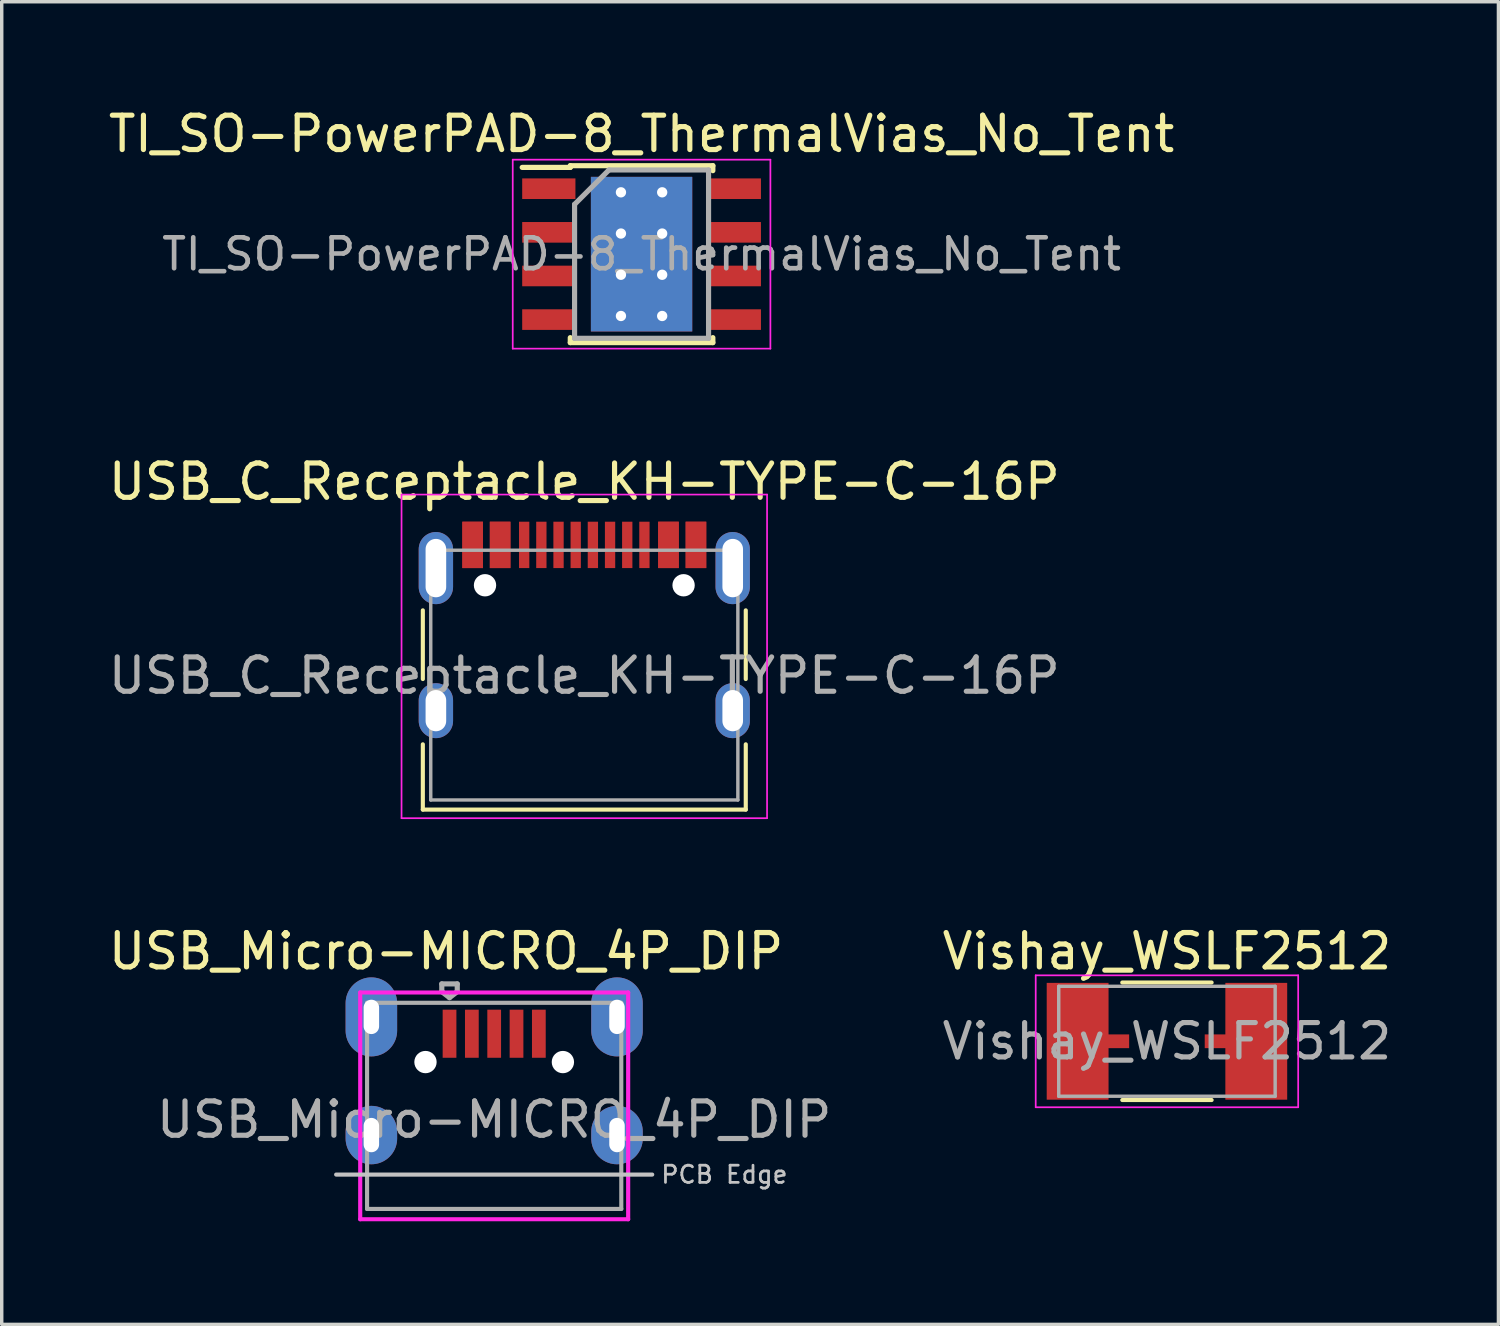
<source format=kicad_pcb>
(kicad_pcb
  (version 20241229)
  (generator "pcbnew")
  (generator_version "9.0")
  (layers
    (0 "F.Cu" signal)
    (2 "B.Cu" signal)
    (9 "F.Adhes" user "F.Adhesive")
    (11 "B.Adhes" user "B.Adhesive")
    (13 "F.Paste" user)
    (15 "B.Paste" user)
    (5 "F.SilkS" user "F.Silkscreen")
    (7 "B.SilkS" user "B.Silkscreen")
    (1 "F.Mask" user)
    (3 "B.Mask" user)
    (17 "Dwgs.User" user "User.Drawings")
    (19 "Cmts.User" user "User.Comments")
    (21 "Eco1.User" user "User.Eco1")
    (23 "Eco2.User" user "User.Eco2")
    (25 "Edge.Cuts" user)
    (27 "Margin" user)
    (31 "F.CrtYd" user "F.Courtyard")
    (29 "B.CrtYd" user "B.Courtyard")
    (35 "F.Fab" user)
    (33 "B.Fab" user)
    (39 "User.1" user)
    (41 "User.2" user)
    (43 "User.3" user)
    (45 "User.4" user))
  (footprint "TI_SO-PowerPAD-8_ThermalVias_No_Tent"
    (layer "F.Cu")
    (at 15.625 4.348)
    (property "Reference" "TI_SO-PowerPAD-8_ThermalVias_No_Tent" (at 0 -3.5 0) (layer "F.SilkS") (effects (font (size 1 1) (thickness 0.15))))
    (attr smd)
    (fp_line (start -2.075 -2.575) (end -2.075 -2.525) (stroke (width 0.15) (type solid)) (layer "F.SilkS"))
    (fp_line (start -2.075 -2.575) (end 2.075 -2.575) (stroke (width 0.15) (type solid)) (layer "F.SilkS"))
    (fp_line (start -2.075 -2.525) (end -3.475 -2.525) (stroke (width 0.15) (type solid)) (layer "F.SilkS"))
    (fp_line (start -2.075 2.575) (end -2.075 2.43) (stroke (width 0.15) (type solid)) (layer "F.SilkS"))
    (fp_line (start -2.075 2.575) (end 2.075 2.575) (stroke (width 0.15) (type solid)) (layer "F.SilkS"))
    (fp_line (start 2.075 -2.575) (end 2.075 -2.43) (stroke (width 0.15) (type solid)) (layer "F.SilkS"))
    (fp_line (start 2.075 2.575) (end 2.075 2.43) (stroke (width 0.15) (type solid)) (layer "F.SilkS"))
    (fp_line (start -3.75 -2.75) (end -3.75 2.75) (stroke (width 0.05) (type solid)) (layer "F.CrtYd"))
    (fp_line (start -3.75 -2.75) (end 3.75 -2.75) (stroke (width 0.05) (type solid)) (layer "F.CrtYd"))
    (fp_line (start -3.75 2.75) (end 3.75 2.75) (stroke (width 0.05) (type solid)) (layer "F.CrtYd"))
    (fp_line (start 3.75 -2.75) (end 3.75 2.75) (stroke (width 0.05) (type solid)) (layer "F.CrtYd"))
    (fp_line (start -1.95 -1.45) (end -0.95 -2.45) (stroke (width 0.15) (type solid)) (layer "F.Fab"))
    (fp_line (start -1.95 2.45) (end -1.95 -1.45) (stroke (width 0.15) (type solid)) (layer "F.Fab"))
    (fp_line (start -0.95 -2.45) (end 1.95 -2.45) (stroke (width 0.15) (type solid)) (layer "F.Fab"))
    (fp_line (start 1.95 -2.45) (end 1.95 2.45) (stroke (width 0.15) (type solid)) (layer "F.Fab"))
    (fp_line (start 1.95 2.45) (end -1.95 2.45) (stroke (width 0.15) (type solid)) (layer "F.Fab"))
    (fp_text user "${REFERENCE}" (at 0 0 0) (layer "F.Fab") (effects (font (size 0.9 0.9) (thickness 0.135))))
    (pad "1" smd rect (at -2.7 -1.905) (size 1.55 0.6) (layers "F.Cu" "F.Mask" "F.Paste"))
    (pad "2" smd rect (at -2.7 -0.635) (size 1.55 0.6) (layers "F.Cu" "F.Mask" "F.Paste"))
    (pad "3" smd rect (at -2.7 0.635) (size 1.55 0.6) (layers "F.Cu" "F.Mask" "F.Paste"))
    (pad "4" smd rect (at -2.7 1.905) (size 1.55 0.6) (layers "F.Cu" "F.Mask" "F.Paste"))
    (pad "5" smd rect (at 2.7 1.905) (size 1.55 0.6) (layers "F.Cu" "F.Mask" "F.Paste"))
    (pad "6" smd rect (at 2.7 0.635) (size 1.55 0.6) (layers "F.Cu" "F.Mask" "F.Paste"))
    (pad "7" smd rect (at 2.7 -0.635) (size 1.55 0.6) (layers "F.Cu" "F.Mask" "F.Paste"))
    (pad "8" smd rect (at 2.7 -1.905) (size 1.55 0.6) (layers "F.Cu" "F.Mask" "F.Paste"))
    (pad "9" thru_hole circle (at -0.6 -1.8) (size 0.3 0.3) (drill 0.3) (layers "*.Cu" "B.Mask"))
    (pad "9" thru_hole circle (at -0.6 -0.6) (size 0.3 0.3) (drill 0.3) (layers "*.Cu" "B.Mask"))
    (pad "9" thru_hole circle (at -0.6 0.6) (size 0.3 0.3) (drill 0.3) (layers "*.Cu" "B.Mask"))
    (pad "9" thru_hole circle (at -0.6 1.8) (size 0.3 0.3) (drill 0.3) (layers "*.Cu" "B.Mask"))
    (pad "9" smd rect (at 0 0) (size 2.6 4) (layers "F.Cu" "F.Mask" "F.Paste"))
    (pad "9" smd rect (at 0 0) (size 2.95 4.5) (layers "F.Cu"))
    (pad "9" smd rect (at 0 0) (size 2.95 4.5) (layers "B.Cu"))
    (pad "9" thru_hole circle (at 0.6 -1.8) (size 0.3 0.3) (drill 0.3) (layers "*.Cu" "B.Mask"))
    (pad "9" thru_hole circle (at 0.6 -0.6) (size 0.3 0.3) (drill 0.3) (layers "*.Cu" "B.Mask"))
    (pad "9" thru_hole circle (at 0.6 0.6) (size 0.3 0.3) (drill 0.3) (layers "*.Cu" "B.Mask"))
    (pad "9" thru_hole circle (at 0.6 1.8) (size 0.3 0.3) (drill 0.3) (layers "*.Cu" "B.Mask")))
  (footprint "Vishay_WSLF2512"
    (layer "F.Cu")
    (at 30.918 27.26)
    (property "Reference" "Vishay_WSLF2512" (at 0 -2.62 0) (layer "F.SilkS") (effects (font (size 1 1) (thickness 0.15))))
    (attr smd)
    (fp_line (start -1.3 -1.71) (end 1.3 -1.71) (stroke (width 0.12) (type solid)) (layer "F.SilkS"))
    (fp_line (start 1.3 1.71) (end -1.3 1.71) (stroke (width 0.12) (type solid)) (layer "F.SilkS"))
    (fp_line (start -3.82 -1.92) (end 3.82 -1.92) (stroke (width 0.05) (type solid)) (layer "F.CrtYd"))
    (fp_line (start -3.82 1.92) (end -3.82 -1.92) (stroke (width 0.05) (type solid)) (layer "F.CrtYd"))
    (fp_line (start 3.82 -1.92) (end 3.82 1.92) (stroke (width 0.05) (type solid)) (layer "F.CrtYd"))
    (fp_line (start 3.82 1.92) (end -3.82 1.92) (stroke (width 0.05) (type solid)) (layer "F.CrtYd"))
    (fp_line (start -3.15 -1.6) (end 3.15 -1.6) (stroke (width 0.1) (type solid)) (layer "F.Fab"))
    (fp_line (start -3.15 1.6) (end -3.15 -1.6) (stroke (width 0.1) (type solid)) (layer "F.Fab"))
    (fp_line (start 3.15 -1.6) (end 3.15 1.6) (stroke (width 0.1) (type solid)) (layer "F.Fab"))
    (fp_line (start 3.15 1.6) (end -3.15 1.6) (stroke (width 0.1) (type solid)) (layer "F.Fab"))
    (fp_text user "${REFERENCE}" (at 0 0 0) (layer "F.Fab") (effects (font (size 1 1) (thickness 0.15))))
    (pad "1" smd rect (at -2.6 0) (size 1.8 3.4) (layers "F.Cu" "F.Mask" "F.Paste"))
    (pad "2" smd rect (at -1.5 0 180) (size 0.8 0.4) (layers "F.Cu"))
    (pad "3" smd rect (at 1.5 0) (size 0.8 0.4) (layers "F.Cu"))
    (pad "4" smd rect (at 2.6 0 180) (size 1.8 3.4) (layers "F.Cu" "F.Mask" "F.Paste")))
  (footprint "USB_C_Receptacle_KH-TYPE-C-16P"
    (layer "F.Cu")
    (at 13.958 13.486)
    (property "Reference" "USB_C_Receptacle_KH-TYPE-C-16P" (at 0 -2.515 0) (layer "F.SilkS") (effects (font (size 1 1) (thickness 0.15))))
    (attr smd)
    (fp_line (start -4.7 1.23) (end -4.7 3.23) (stroke (width 0.12) (type solid)) (layer "F.SilkS"))
    (fp_line (start -4.7 5.13) (end -4.7 7.03) (stroke (width 0.12) (type solid)) (layer "F.SilkS"))
    (fp_line (start -4.7 7.03) (end 4.7 7.03) (stroke (width 0.12) (type solid)) (layer "F.SilkS"))
    (fp_line (start 4.7 1.23) (end 4.7 3.23) (stroke (width 0.12) (type solid)) (layer "F.SilkS"))
    (fp_line (start 4.7 5.13) (end 4.7 7.03) (stroke (width 0.12) (type solid)) (layer "F.SilkS"))
    (fp_line (start -5.32 -2.14) (end -5.32 7.28) (stroke (width 0.05) (type solid)) (layer "F.CrtYd"))
    (fp_line (start -5.32 -2.14) (end 5.32 -2.14) (stroke (width 0.05) (type solid)) (layer "F.CrtYd"))
    (fp_line (start -5.32 7.28) (end 5.32 7.28) (stroke (width 0.05) (type solid)) (layer "F.CrtYd"))
    (fp_line (start 5.32 -2.14) (end 5.32 7.28) (stroke (width 0.05) (type solid)) (layer "F.CrtYd"))
    (fp_line (start -4.47 -0.52) (end -4.47 6.75) (stroke (width 0.1) (type solid)) (layer "F.Fab"))
    (fp_line (start -4.47 -0.52) (end 4.47 -0.52) (stroke (width 0.1) (type solid)) (layer "F.Fab"))
    (fp_line (start -4.47 6.75) (end 4.47 6.75) (stroke (width 0.1) (type solid)) (layer "F.Fab"))
    (fp_line (start 4.47 -0.52) (end 4.47 6.75) (stroke (width 0.1) (type solid)) (layer "F.Fab"))
    (fp_text user "${REFERENCE}" (at 0 3.13 0) (layer "F.Fab") (effects (font (size 1 1) (thickness 0.15))))
    (pad "" np_thru_hole circle (at -2.89 0.5) (size 0.65 0.65) (drill 0.65) (layers "*.Cu" "*.Mask"))
    (pad "" np_thru_hole circle (at 2.89 0.5) (size 0.65 0.65) (drill 0.65) (layers "*.Cu" "*.Mask"))
    (pad "A1" smd rect (at -3.25 -0.675) (size 0.6 1.35) (layers "F.Cu" "F.Mask" "F.Paste"))
    (pad "A4" smd rect (at -2.45 -0.675) (size 0.6 1.35) (layers "F.Cu" "F.Mask" "F.Paste"))
    (pad "A5" smd rect (at -1.25 -0.675) (size 0.3 1.35) (layers "F.Cu" "F.Mask" "F.Paste"))
    (pad "A6" smd rect (at -0.25 -0.675) (size 0.3 1.35) (layers "F.Cu" "F.Mask" "F.Paste"))
    (pad "A7" smd rect (at 0.25 -0.675) (size 0.3 1.35) (layers "F.Cu" "F.Mask" "F.Paste"))
    (pad "A8" smd rect (at 1.25 -0.675) (size 0.3 1.35) (layers "F.Cu" "F.Mask" "F.Paste"))
    (pad "A9" smd rect (at 2.45 -0.675) (size 0.6 1.35) (layers "F.Cu" "F.Mask" "F.Paste"))
    (pad "A12" smd rect (at 3.25 -0.675) (size 0.6 1.35) (layers "F.Cu" "F.Mask" "F.Paste"))
    (pad "B1" smd rect (at 3.25 -0.675) (size 0.6 1.35) (layers "F.Cu" "F.Mask" "F.Paste"))
    (pad "B4" smd rect (at 2.45 -0.675) (size 0.6 1.35) (layers "F.Cu" "F.Mask" "F.Paste"))
    (pad "B5" smd rect (at 1.75 -0.675) (size 0.3 1.35) (layers "F.Cu" "F.Mask" "F.Paste"))
    (pad "B6" smd rect (at 0.75 -0.675) (size 0.3 1.35) (layers "F.Cu" "F.Mask" "F.Paste"))
    (pad "B7" smd rect (at -0.75 -0.675) (size 0.3 1.35) (layers "F.Cu" "F.Mask" "F.Paste"))
    (pad "B8" smd rect (at -1.75 -0.675) (size 0.3 1.35) (layers "F.Cu" "F.Mask" "F.Paste"))
    (pad "B9" smd rect (at -2.45 -0.675) (size 0.6 1.35) (layers "F.Cu" "F.Mask" "F.Paste"))
    (pad "B12" smd rect (at -3.25 -0.675) (size 0.6 1.35) (layers "F.Cu" "F.Mask" "F.Paste"))
    (pad "S1" thru_hole oval (at -4.32 0) (size 1 2.1) (drill oval 0.6 1.7) (layers "*.Cu" "*.Mask"))
    (pad "S1" thru_hole oval (at -4.32 4.15) (size 1 1.6) (drill oval 0.6 1.2) (layers "*.Cu" "*.Mask"))
    (pad "S1" thru_hole oval (at 4.32 0) (size 1 2.1) (drill oval 0.6 1.7) (layers "*.Cu" "*.Mask"))
    (pad "S1" thru_hole oval (at 4.32 4.15) (size 1 1.6) (drill oval 0.6 1.2) (layers "*.Cu" "*.Mask")))
  (footprint "USB_Micro-MICRO_4P_DIP"
    (layer "F.Cu")
    (at 11.335 31.14)
    (property "Reference" "USB_Micro-MICRO_4P_DIP" (at -1.4 -6.5 0) (layer "F.SilkS") (effects (font (size 1 1) (thickness 0.15))))
    (attr smd)
    (fp_line (start 4.6 0) (end -4.6 0) (stroke (width 0.12) (type solid)) (layer "Dwgs.User"))
    (fp_line (start -3.9 -5.3) (end -3.9 0) (stroke (width 0.12) (type solid)) (layer "F.CrtYd"))
    (fp_line (start -3.9 1.3) (end -3.9 0) (stroke (width 0.12) (type solid)) (layer "F.CrtYd"))
    (fp_line (start 3.9 -5.3) (end -3.9 -5.3) (stroke (width 0.12) (type solid)) (layer "F.CrtYd"))
    (fp_line (start 3.9 0) (end 3.9 -5.3) (stroke (width 0.12) (type solid)) (layer "F.CrtYd"))
    (fp_line (start 3.9 0) (end 3.9 1.3) (stroke (width 0.12) (type solid)) (layer "F.CrtYd"))
    (fp_line (start 3.9 1.3) (end -3.9 1.3) (stroke (width 0.12) (type solid)) (layer "F.CrtYd"))
    (fp_line (start -3.7 -5) (end -3.7 1) (stroke (width 0.12) (type solid)) (layer "F.Fab"))
    (fp_line (start -3.7 1) (end 3.7 1) (stroke (width 0.12) (type solid)) (layer "F.Fab"))
    (fp_line (start -1.525 -5.55) (end -1.075 -5.55) (stroke (width 0.15) (type solid)) (layer "F.Fab"))
    (fp_line (start -1.525 -5.325) (end -1.525 -5.55) (stroke (width 0.15) (type solid)) (layer "F.Fab"))
    (fp_line (start -1.3 -5.15) (end -1.525 -5.325) (stroke (width 0.15) (type solid)) (layer "F.Fab"))
    (fp_line (start -1.075 -5.55) (end -1.075 -5.325) (stroke (width 0.15) (type solid)) (layer "F.Fab"))
    (fp_line (start -1.075 -5.325) (end -1.3 -5.15) (stroke (width 0.15) (type solid)) (layer "F.Fab"))
    (fp_line (start 3.7 -5) (end -3.7 -5) (stroke (width 0.12) (type solid)) (layer "F.Fab"))
    (fp_line (start 3.7 1) (end 3.7 -5) (stroke (width 0.12) (type solid)) (layer "F.Fab"))
    (fp_text user "PCB Edge" (at 6.7 0 0) (layer "Dwgs.User") (effects (font (size 0.5 0.5) (thickness 0.08))))
    (fp_text user "${REFERENCE}" (at 0 -1.6 0) (layer "F.Fab") (effects (font (size 1 1) (thickness 0.15))))
    (pad "" np_thru_hole oval (at -2 -3.275) (size 0.65 0.65) (drill 0.65) (layers "*.Cu" "*.Mask"))
    (pad "" np_thru_hole oval (at 2 -3.275 180) (size 0.65 0.65) (drill 0.65) (layers "*.Cu" "*.Mask"))
    (pad "1" smd rect (at -1.3 -4.1) (size 0.4 1.4) (layers "F.Cu" "F.Mask" "F.Paste"))
    (pad "2" smd rect (at -0.65 -4.1) (size 0.4 1.4) (layers "F.Cu" "F.Mask" "F.Paste"))
    (pad "3" smd rect (at 0 -4.1) (size 0.4 1.4) (layers "F.Cu" "F.Mask" "F.Paste"))
    (pad "4" smd rect (at 0.65 -4.1) (size 0.4 1.4) (layers "F.Cu" "F.Mask" "F.Paste"))
    (pad "5" smd rect (at 1.3 -4.1) (size 0.4 1.4) (layers "F.Cu" "F.Mask" "F.Paste"))
    (pad "6" thru_hole oval (at -3.575 -4.59) (size 1.5 2.3) (drill oval 0.45 1) (layers "*.Cu" "*.Mask"))
    (pad "6" thru_hole oval (at -3.575 -1.15) (size 1.5 1.7) (drill oval 0.45 1) (layers "*.Cu" "*.Mask"))
    (pad "6" thru_hole oval (at 3.575 -4.59 180) (size 1.5 2.3) (drill oval 0.45 1) (layers "*.Cu" "*.Mask"))
    (pad "6" thru_hole oval (at 3.575 -1.15 180) (size 1.5 1.7) (drill oval 0.45 1) (layers "*.Cu" "*.Mask")))
  (gr_rect
    (start -3 -3)
    (end 40.567 35.5)
    (stroke (width 0.1) (type default))
    (fill no)
    (layer "Edge.Cuts")))
</source>
